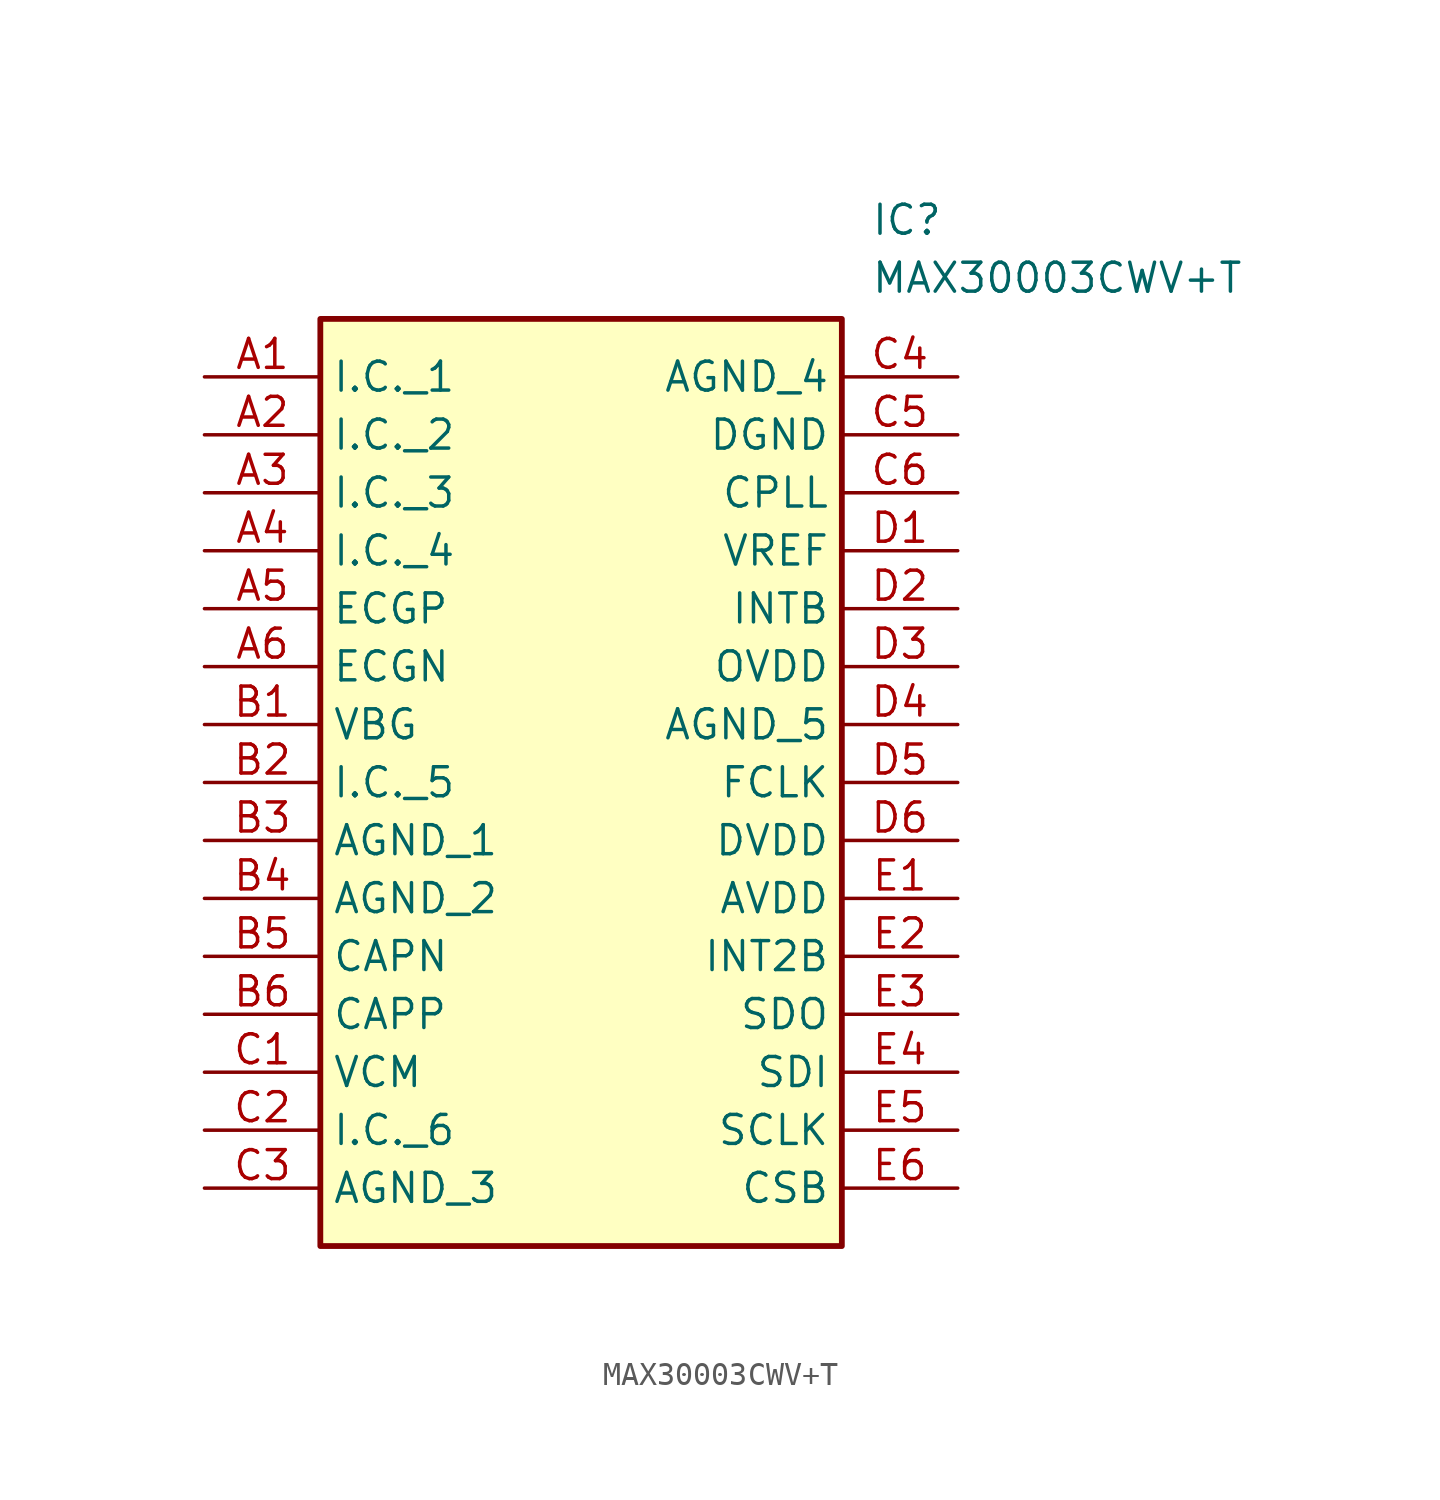
<source format=kicad_sym>
(kicad_symbol_lib
  (version 20211014)
  (generator SamacSys_ECAD_Model)
  (symbol "MAX30003CWV+T"
    (property "Reference" "IC"
      (at 29.21 7.62 0)
      (effects (font (size 1.27 1.27)) (justify left top)))
    (property "Value" "MAX30003CWV+T"
      (at 29.21 5.08 0)
      (effects (font (size 1.27 1.27)) (justify left top)))
    (rectangle
      (start 5.08 2.54)
      (end 27.94 -38.1)
      (stroke (width 0.254) (type default))
      (fill (type background)))
    (pin passive line
      (at 0 0 0)
      (length 5.08)
      (name "I.C._1" (effects (font (size 1.27 1.27))))
      (number "A1" (effects (font (size 1.27 1.27)))))
    (pin passive line
      (at 0 -2.54 0)
      (length 5.08)
      (name "I.C._2" (effects (font (size 1.27 1.27))))
      (number "A2" (effects (font (size 1.27 1.27)))))
    (pin passive line
      (at 0 -5.08 0)
      (length 5.08)
      (name "I.C._3" (effects (font (size 1.27 1.27))))
      (number "A3" (effects (font (size 1.27 1.27)))))
    (pin passive line
      (at 0 -7.62 0)
      (length 5.08)
      (name "I.C._4" (effects (font (size 1.27 1.27))))
      (number "A4" (effects (font (size 1.27 1.27)))))
    (pin passive line
      (at 0 -10.16 0)
      (length 5.08)
      (name "ECGP" (effects (font (size 1.27 1.27))))
      (number "A5" (effects (font (size 1.27 1.27)))))
    (pin passive line
      (at 0 -12.7 0)
      (length 5.08)
      (name "ECGN" (effects (font (size 1.27 1.27))))
      (number "A6" (effects (font (size 1.27 1.27)))))
    (pin passive line
      (at 0 -15.24 0)
      (length 5.08)
      (name "VBG" (effects (font (size 1.27 1.27))))
      (number "B1" (effects (font (size 1.27 1.27)))))
    (pin passive line
      (at 0 -17.78 0)
      (length 5.08)
      (name "I.C._5" (effects (font (size 1.27 1.27))))
      (number "B2" (effects (font (size 1.27 1.27)))))
    (pin passive line
      (at 0 -20.32 0)
      (length 5.08)
      (name "AGND_1" (effects (font (size 1.27 1.27))))
      (number "B3" (effects (font (size 1.27 1.27)))))
    (pin passive line
      (at 0 -22.86 0)
      (length 5.08)
      (name "AGND_2" (effects (font (size 1.27 1.27))))
      (number "B4" (effects (font (size 1.27 1.27)))))
    (pin passive line
      (at 0 -25.4 0)
      (length 5.08)
      (name "CAPN" (effects (font (size 1.27 1.27))))
      (number "B5" (effects (font (size 1.27 1.27)))))
    (pin passive line
      (at 0 -27.94 0)
      (length 5.08)
      (name "CAPP" (effects (font (size 1.27 1.27))))
      (number "B6" (effects (font (size 1.27 1.27)))))
    (pin passive line
      (at 0 -30.48 0)
      (length 5.08)
      (name "VCM" (effects (font (size 1.27 1.27))))
      (number "C1" (effects (font (size 1.27 1.27)))))
    (pin passive line
      (at 0 -33.02 0)
      (length 5.08)
      (name "I.C._6" (effects (font (size 1.27 1.27))))
      (number "C2" (effects (font (size 1.27 1.27)))))
    (pin passive line
      (at 0 -35.56 0)
      (length 5.08)
      (name "AGND_3" (effects (font (size 1.27 1.27))))
      (number "C3" (effects (font (size 1.27 1.27)))))
    (pin passive line
      (at 33.02 0 180)
      (length 5.08)
      (name "AGND_4" (effects (font (size 1.27 1.27))))
      (number "C4" (effects (font (size 1.27 1.27)))))
    (pin passive line
      (at 33.02 -2.54 180)
      (length 5.08)
      (name "DGND" (effects (font (size 1.27 1.27))))
      (number "C5" (effects (font (size 1.27 1.27)))))
    (pin passive line
      (at 33.02 -5.08 180)
      (length 5.08)
      (name "CPLL" (effects (font (size 1.27 1.27))))
      (number "C6" (effects (font (size 1.27 1.27)))))
    (pin passive line
      (at 33.02 -7.62 180)
      (length 5.08)
      (name "VREF" (effects (font (size 1.27 1.27))))
      (number "D1" (effects (font (size 1.27 1.27)))))
    (pin passive line
      (at 33.02 -10.16 180)
      (length 5.08)
      (name "INTB" (effects (font (size 1.27 1.27))))
      (number "D2" (effects (font (size 1.27 1.27)))))
    (pin passive line
      (at 33.02 -12.7 180)
      (length 5.08)
      (name "OVDD" (effects (font (size 1.27 1.27))))
      (number "D3" (effects (font (size 1.27 1.27)))))
    (pin passive line
      (at 33.02 -15.24 180)
      (length 5.08)
      (name "AGND_5" (effects (font (size 1.27 1.27))))
      (number "D4" (effects (font (size 1.27 1.27)))))
    (pin passive line
      (at 33.02 -17.78 180)
      (length 5.08)
      (name "FCLK" (effects (font (size 1.27 1.27))))
      (number "D5" (effects (font (size 1.27 1.27)))))
    (pin passive line
      (at 33.02 -20.32 180)
      (length 5.08)
      (name "DVDD" (effects (font (size 1.27 1.27))))
      (number "D6" (effects (font (size 1.27 1.27)))))
    (pin passive line
      (at 33.02 -22.86 180)
      (length 5.08)
      (name "AVDD" (effects (font (size 1.27 1.27))))
      (number "E1" (effects (font (size 1.27 1.27)))))
    (pin passive line
      (at 33.02 -25.4 180)
      (length 5.08)
      (name "INT2B" (effects (font (size 1.27 1.27))))
      (number "E2" (effects (font (size 1.27 1.27)))))
    (pin passive line
      (at 33.02 -27.94 180)
      (length 5.08)
      (name "SDO" (effects (font (size 1.27 1.27))))
      (number "E3" (effects (font (size 1.27 1.27)))))
    (pin passive line
      (at 33.02 -30.48 180)
      (length 5.08)
      (name "SDI" (effects (font (size 1.27 1.27))))
      (number "E4" (effects (font (size 1.27 1.27)))))
    (pin passive line
      (at 33.02 -33.02 180)
      (length 5.08)
      (name "SCLK" (effects (font (size 1.27 1.27))))
      (number "E5" (effects (font (size 1.27 1.27)))))
    (pin passive line
      (at 33.02 -35.56 180)
      (length 5.08)
      (name "CSB" (effects (font (size 1.27 1.27))))
      (number "E6" (effects (font (size 1.27 1.27)))))))
</source>
